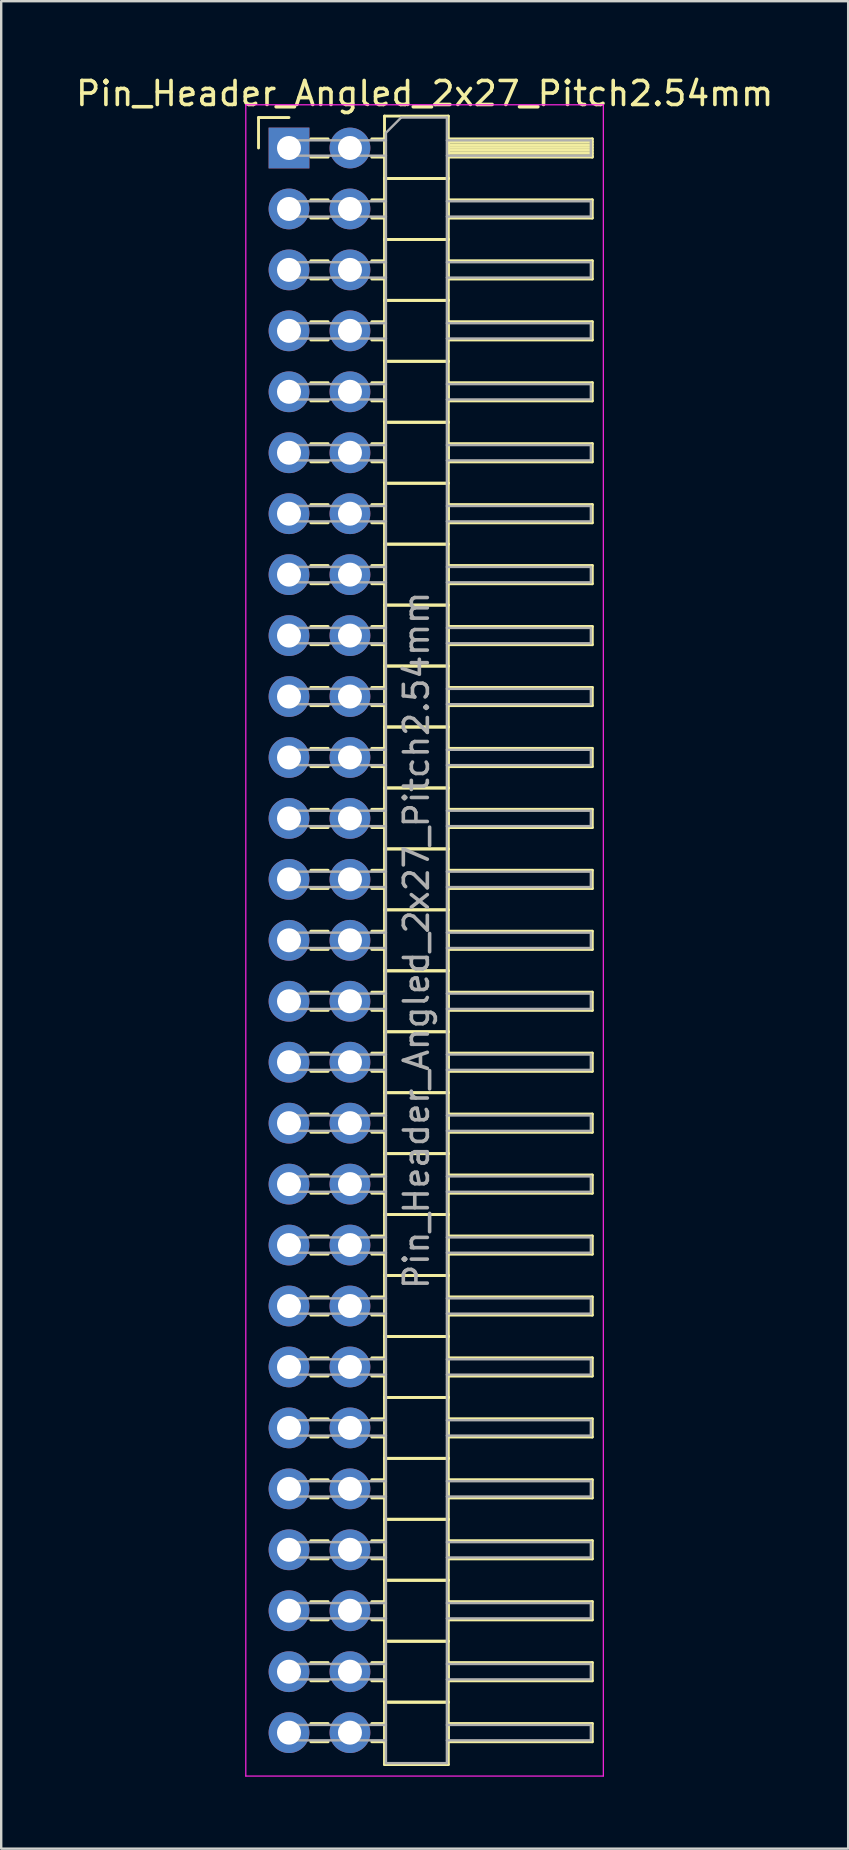
<source format=kicad_pcb>
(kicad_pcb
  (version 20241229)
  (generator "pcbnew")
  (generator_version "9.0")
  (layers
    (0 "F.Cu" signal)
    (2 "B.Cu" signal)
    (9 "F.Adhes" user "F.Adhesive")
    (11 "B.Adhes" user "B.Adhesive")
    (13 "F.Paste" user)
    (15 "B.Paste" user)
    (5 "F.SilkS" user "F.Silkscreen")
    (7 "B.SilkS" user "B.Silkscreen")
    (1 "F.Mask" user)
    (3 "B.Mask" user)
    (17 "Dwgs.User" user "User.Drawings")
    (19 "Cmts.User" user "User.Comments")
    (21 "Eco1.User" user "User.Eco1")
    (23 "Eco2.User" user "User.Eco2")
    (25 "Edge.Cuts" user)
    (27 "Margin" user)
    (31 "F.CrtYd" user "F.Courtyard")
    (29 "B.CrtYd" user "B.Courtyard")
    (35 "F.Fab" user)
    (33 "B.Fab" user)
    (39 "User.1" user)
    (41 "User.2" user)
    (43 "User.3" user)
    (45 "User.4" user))
  (footprint "Pin_Header_Angled_2x27_Pitch2.54mm"
    (layer "F.Cu")
    (at 8.994 3.118)
    (property "Reference" "Pin_Header_Angled_2x27_Pitch2.54mm" (at 5.655 -2.27 0) (layer "F.SilkS") (effects (font (size 1 1) (thickness 0.15))))
    (attr through_hole)
    (fp_line (start -1.27 -1.27) (end 0 -1.27) (stroke (width 0.12) (type solid)) (layer "F.SilkS"))
    (fp_line (start -1.27 0) (end -1.27 -1.27) (stroke (width 0.12) (type solid)) (layer "F.SilkS"))
    (fp_line (start 0.91 -0.38) (end 1.63 -0.38) (stroke (width 0.12) (type solid)) (layer "F.SilkS"))
    (fp_line (start 0.91 0.38) (end 1.63 0.38) (stroke (width 0.12) (type solid)) (layer "F.SilkS"))
    (fp_line (start 0.91 2.16) (end 1.63 2.16) (stroke (width 0.12) (type solid)) (layer "F.SilkS"))
    (fp_line (start 0.91 2.92) (end 1.63 2.92) (stroke (width 0.12) (type solid)) (layer "F.SilkS"))
    (fp_line (start 0.91 4.7) (end 1.63 4.7) (stroke (width 0.12) (type solid)) (layer "F.SilkS"))
    (fp_line (start 0.91 5.46) (end 1.63 5.46) (stroke (width 0.12) (type solid)) (layer "F.SilkS"))
    (fp_line (start 0.91 7.24) (end 1.63 7.24) (stroke (width 0.12) (type solid)) (layer "F.SilkS"))
    (fp_line (start 0.91 8) (end 1.63 8) (stroke (width 0.12) (type solid)) (layer "F.SilkS"))
    (fp_line (start 0.91 9.78) (end 1.63 9.78) (stroke (width 0.12) (type solid)) (layer "F.SilkS"))
    (fp_line (start 0.91 10.54) (end 1.63 10.54) (stroke (width 0.12) (type solid)) (layer "F.SilkS"))
    (fp_line (start 0.91 12.32) (end 1.63 12.32) (stroke (width 0.12) (type solid)) (layer "F.SilkS"))
    (fp_line (start 0.91 13.08) (end 1.63 13.08) (stroke (width 0.12) (type solid)) (layer "F.SilkS"))
    (fp_line (start 0.91 14.86) (end 1.63 14.86) (stroke (width 0.12) (type solid)) (layer "F.SilkS"))
    (fp_line (start 0.91 15.62) (end 1.63 15.62) (stroke (width 0.12) (type solid)) (layer "F.SilkS"))
    (fp_line (start 0.91 17.4) (end 1.63 17.4) (stroke (width 0.12) (type solid)) (layer "F.SilkS"))
    (fp_line (start 0.91 18.16) (end 1.63 18.16) (stroke (width 0.12) (type solid)) (layer "F.SilkS"))
    (fp_line (start 0.91 19.94) (end 1.63 19.94) (stroke (width 0.12) (type solid)) (layer "F.SilkS"))
    (fp_line (start 0.91 20.7) (end 1.63 20.7) (stroke (width 0.12) (type solid)) (layer "F.SilkS"))
    (fp_line (start 0.91 22.48) (end 1.63 22.48) (stroke (width 0.12) (type solid)) (layer "F.SilkS"))
    (fp_line (start 0.91 23.24) (end 1.63 23.24) (stroke (width 0.12) (type solid)) (layer "F.SilkS"))
    (fp_line (start 0.91 25.02) (end 1.63 25.02) (stroke (width 0.12) (type solid)) (layer "F.SilkS"))
    (fp_line (start 0.91 25.78) (end 1.63 25.78) (stroke (width 0.12) (type solid)) (layer "F.SilkS"))
    (fp_line (start 0.91 27.56) (end 1.63 27.56) (stroke (width 0.12) (type solid)) (layer "F.SilkS"))
    (fp_line (start 0.91 28.32) (end 1.63 28.32) (stroke (width 0.12) (type solid)) (layer "F.SilkS"))
    (fp_line (start 0.91 30.1) (end 1.63 30.1) (stroke (width 0.12) (type solid)) (layer "F.SilkS"))
    (fp_line (start 0.91 30.86) (end 1.63 30.86) (stroke (width 0.12) (type solid)) (layer "F.SilkS"))
    (fp_line (start 0.91 32.64) (end 1.63 32.64) (stroke (width 0.12) (type solid)) (layer "F.SilkS"))
    (fp_line (start 0.91 33.4) (end 1.63 33.4) (stroke (width 0.12) (type solid)) (layer "F.SilkS"))
    (fp_line (start 0.91 35.18) (end 1.63 35.18) (stroke (width 0.12) (type solid)) (layer "F.SilkS"))
    (fp_line (start 0.91 35.94) (end 1.63 35.94) (stroke (width 0.12) (type solid)) (layer "F.SilkS"))
    (fp_line (start 0.91 37.72) (end 1.63 37.72) (stroke (width 0.12) (type solid)) (layer "F.SilkS"))
    (fp_line (start 0.91 38.48) (end 1.63 38.48) (stroke (width 0.12) (type solid)) (layer "F.SilkS"))
    (fp_line (start 0.91 40.26) (end 1.63 40.26) (stroke (width 0.12) (type solid)) (layer "F.SilkS"))
    (fp_line (start 0.91 41.02) (end 1.63 41.02) (stroke (width 0.12) (type solid)) (layer "F.SilkS"))
    (fp_line (start 0.91 42.8) (end 1.63 42.8) (stroke (width 0.12) (type solid)) (layer "F.SilkS"))
    (fp_line (start 0.91 43.56) (end 1.63 43.56) (stroke (width 0.12) (type solid)) (layer "F.SilkS"))
    (fp_line (start 0.91 45.34) (end 1.63 45.34) (stroke (width 0.12) (type solid)) (layer "F.SilkS"))
    (fp_line (start 0.91 46.1) (end 1.63 46.1) (stroke (width 0.12) (type solid)) (layer "F.SilkS"))
    (fp_line (start 0.91 47.88) (end 1.63 47.88) (stroke (width 0.12) (type solid)) (layer "F.SilkS"))
    (fp_line (start 0.91 48.64) (end 1.63 48.64) (stroke (width 0.12) (type solid)) (layer "F.SilkS"))
    (fp_line (start 0.91 50.42) (end 1.63 50.42) (stroke (width 0.12) (type solid)) (layer "F.SilkS"))
    (fp_line (start 0.91 51.18) (end 1.63 51.18) (stroke (width 0.12) (type solid)) (layer "F.SilkS"))
    (fp_line (start 0.91 52.96) (end 1.63 52.96) (stroke (width 0.12) (type solid)) (layer "F.SilkS"))
    (fp_line (start 0.91 53.72) (end 1.63 53.72) (stroke (width 0.12) (type solid)) (layer "F.SilkS"))
    (fp_line (start 0.91 55.5) (end 1.63 55.5) (stroke (width 0.12) (type solid)) (layer "F.SilkS"))
    (fp_line (start 0.91 56.26) (end 1.63 56.26) (stroke (width 0.12) (type solid)) (layer "F.SilkS"))
    (fp_line (start 0.91 58.04) (end 1.63 58.04) (stroke (width 0.12) (type solid)) (layer "F.SilkS"))
    (fp_line (start 0.91 58.8) (end 1.63 58.8) (stroke (width 0.12) (type solid)) (layer "F.SilkS"))
    (fp_line (start 0.91 60.58) (end 1.63 60.58) (stroke (width 0.12) (type solid)) (layer "F.SilkS"))
    (fp_line (start 0.91 61.34) (end 1.63 61.34) (stroke (width 0.12) (type solid)) (layer "F.SilkS"))
    (fp_line (start 0.91 63.12) (end 1.63 63.12) (stroke (width 0.12) (type solid)) (layer "F.SilkS"))
    (fp_line (start 0.91 63.88) (end 1.63 63.88) (stroke (width 0.12) (type solid)) (layer "F.SilkS"))
    (fp_line (start 0.91 65.66) (end 1.63 65.66) (stroke (width 0.12) (type solid)) (layer "F.SilkS"))
    (fp_line (start 0.91 66.42) (end 1.63 66.42) (stroke (width 0.12) (type solid)) (layer "F.SilkS"))
    (fp_line (start 3.45 -0.38) (end 3.98 -0.38) (stroke (width 0.12) (type solid)) (layer "F.SilkS"))
    (fp_line (start 3.45 0.38) (end 3.98 0.38) (stroke (width 0.12) (type solid)) (layer "F.SilkS"))
    (fp_line (start 3.45 2.16) (end 3.98 2.16) (stroke (width 0.12) (type solid)) (layer "F.SilkS"))
    (fp_line (start 3.45 2.92) (end 3.98 2.92) (stroke (width 0.12) (type solid)) (layer "F.SilkS"))
    (fp_line (start 3.45 4.7) (end 3.98 4.7) (stroke (width 0.12) (type solid)) (layer "F.SilkS"))
    (fp_line (start 3.45 5.46) (end 3.98 5.46) (stroke (width 0.12) (type solid)) (layer "F.SilkS"))
    (fp_line (start 3.45 7.24) (end 3.98 7.24) (stroke (width 0.12) (type solid)) (layer "F.SilkS"))
    (fp_line (start 3.45 8) (end 3.98 8) (stroke (width 0.12) (type solid)) (layer "F.SilkS"))
    (fp_line (start 3.45 9.78) (end 3.98 9.78) (stroke (width 0.12) (type solid)) (layer "F.SilkS"))
    (fp_line (start 3.45 10.54) (end 3.98 10.54) (stroke (width 0.12) (type solid)) (layer "F.SilkS"))
    (fp_line (start 3.45 12.32) (end 3.98 12.32) (stroke (width 0.12) (type solid)) (layer "F.SilkS"))
    (fp_line (start 3.45 13.08) (end 3.98 13.08) (stroke (width 0.12) (type solid)) (layer "F.SilkS"))
    (fp_line (start 3.45 14.86) (end 3.98 14.86) (stroke (width 0.12) (type solid)) (layer "F.SilkS"))
    (fp_line (start 3.45 15.62) (end 3.98 15.62) (stroke (width 0.12) (type solid)) (layer "F.SilkS"))
    (fp_line (start 3.45 17.4) (end 3.98 17.4) (stroke (width 0.12) (type solid)) (layer "F.SilkS"))
    (fp_line (start 3.45 18.16) (end 3.98 18.16) (stroke (width 0.12) (type solid)) (layer "F.SilkS"))
    (fp_line (start 3.45 19.94) (end 3.98 19.94) (stroke (width 0.12) (type solid)) (layer "F.SilkS"))
    (fp_line (start 3.45 20.7) (end 3.98 20.7) (stroke (width 0.12) (type solid)) (layer "F.SilkS"))
    (fp_line (start 3.45 22.48) (end 3.98 22.48) (stroke (width 0.12) (type solid)) (layer "F.SilkS"))
    (fp_line (start 3.45 23.24) (end 3.98 23.24) (stroke (width 0.12) (type solid)) (layer "F.SilkS"))
    (fp_line (start 3.45 25.02) (end 3.98 25.02) (stroke (width 0.12) (type solid)) (layer "F.SilkS"))
    (fp_line (start 3.45 25.78) (end 3.98 25.78) (stroke (width 0.12) (type solid)) (layer "F.SilkS"))
    (fp_line (start 3.45 27.56) (end 3.98 27.56) (stroke (width 0.12) (type solid)) (layer "F.SilkS"))
    (fp_line (start 3.45 28.32) (end 3.98 28.32) (stroke (width 0.12) (type solid)) (layer "F.SilkS"))
    (fp_line (start 3.45 30.1) (end 3.98 30.1) (stroke (width 0.12) (type solid)) (layer "F.SilkS"))
    (fp_line (start 3.45 30.86) (end 3.98 30.86) (stroke (width 0.12) (type solid)) (layer "F.SilkS"))
    (fp_line (start 3.45 32.64) (end 3.98 32.64) (stroke (width 0.12) (type solid)) (layer "F.SilkS"))
    (fp_line (start 3.45 33.4) (end 3.98 33.4) (stroke (width 0.12) (type solid)) (layer "F.SilkS"))
    (fp_line (start 3.45 35.18) (end 3.98 35.18) (stroke (width 0.12) (type solid)) (layer "F.SilkS"))
    (fp_line (start 3.45 35.94) (end 3.98 35.94) (stroke (width 0.12) (type solid)) (layer "F.SilkS"))
    (fp_line (start 3.45 37.72) (end 3.98 37.72) (stroke (width 0.12) (type solid)) (layer "F.SilkS"))
    (fp_line (start 3.45 38.48) (end 3.98 38.48) (stroke (width 0.12) (type solid)) (layer "F.SilkS"))
    (fp_line (start 3.45 40.26) (end 3.98 40.26) (stroke (width 0.12) (type solid)) (layer "F.SilkS"))
    (fp_line (start 3.45 41.02) (end 3.98 41.02) (stroke (width 0.12) (type solid)) (layer "F.SilkS"))
    (fp_line (start 3.45 42.8) (end 3.98 42.8) (stroke (width 0.12) (type solid)) (layer "F.SilkS"))
    (fp_line (start 3.45 43.56) (end 3.98 43.56) (stroke (width 0.12) (type solid)) (layer "F.SilkS"))
    (fp_line (start 3.45 45.34) (end 3.98 45.34) (stroke (width 0.12) (type solid)) (layer "F.SilkS"))
    (fp_line (start 3.45 46.1) (end 3.98 46.1) (stroke (width 0.12) (type solid)) (layer "F.SilkS"))
    (fp_line (start 3.45 47.88) (end 3.98 47.88) (stroke (width 0.12) (type solid)) (layer "F.SilkS"))
    (fp_line (start 3.45 48.64) (end 3.98 48.64) (stroke (width 0.12) (type solid)) (layer "F.SilkS"))
    (fp_line (start 3.45 50.42) (end 3.98 50.42) (stroke (width 0.12) (type solid)) (layer "F.SilkS"))
    (fp_line (start 3.45 51.18) (end 3.98 51.18) (stroke (width 0.12) (type solid)) (layer "F.SilkS"))
    (fp_line (start 3.45 52.96) (end 3.98 52.96) (stroke (width 0.12) (type solid)) (layer "F.SilkS"))
    (fp_line (start 3.45 53.72) (end 3.98 53.72) (stroke (width 0.12) (type solid)) (layer "F.SilkS"))
    (fp_line (start 3.45 55.5) (end 3.98 55.5) (stroke (width 0.12) (type solid)) (layer "F.SilkS"))
    (fp_line (start 3.45 56.26) (end 3.98 56.26) (stroke (width 0.12) (type solid)) (layer "F.SilkS"))
    (fp_line (start 3.45 58.04) (end 3.98 58.04) (stroke (width 0.12) (type solid)) (layer "F.SilkS"))
    (fp_line (start 3.45 58.8) (end 3.98 58.8) (stroke (width 0.12) (type solid)) (layer "F.SilkS"))
    (fp_line (start 3.45 60.58) (end 3.98 60.58) (stroke (width 0.12) (type solid)) (layer "F.SilkS"))
    (fp_line (start 3.45 61.34) (end 3.98 61.34) (stroke (width 0.12) (type solid)) (layer "F.SilkS"))
    (fp_line (start 3.45 63.12) (end 3.98 63.12) (stroke (width 0.12) (type solid)) (layer "F.SilkS"))
    (fp_line (start 3.45 63.88) (end 3.98 63.88) (stroke (width 0.12) (type solid)) (layer "F.SilkS"))
    (fp_line (start 3.45 65.66) (end 3.98 65.66) (stroke (width 0.12) (type solid)) (layer "F.SilkS"))
    (fp_line (start 3.45 66.42) (end 3.98 66.42) (stroke (width 0.12) (type solid)) (layer "F.SilkS"))
    (fp_line (start 3.98 -1.33) (end 3.98 1.27) (stroke (width 0.12) (type solid)) (layer "F.SilkS"))
    (fp_line (start 3.98 1.27) (end 3.98 3.81) (stroke (width 0.12) (type solid)) (layer "F.SilkS"))
    (fp_line (start 3.98 1.27) (end 6.64 1.27) (stroke (width 0.12) (type solid)) (layer "F.SilkS"))
    (fp_line (start 3.98 3.81) (end 3.98 6.35) (stroke (width 0.12) (type solid)) (layer "F.SilkS"))
    (fp_line (start 3.98 3.81) (end 6.64 3.81) (stroke (width 0.12) (type solid)) (layer "F.SilkS"))
    (fp_line (start 3.98 6.35) (end 3.98 8.89) (stroke (width 0.12) (type solid)) (layer "F.SilkS"))
    (fp_line (start 3.98 6.35) (end 6.64 6.35) (stroke (width 0.12) (type solid)) (layer "F.SilkS"))
    (fp_line (start 3.98 8.89) (end 3.98 11.43) (stroke (width 0.12) (type solid)) (layer "F.SilkS"))
    (fp_line (start 3.98 8.89) (end 6.64 8.89) (stroke (width 0.12) (type solid)) (layer "F.SilkS"))
    (fp_line (start 3.98 11.43) (end 3.98 13.97) (stroke (width 0.12) (type solid)) (layer "F.SilkS"))
    (fp_line (start 3.98 11.43) (end 6.64 11.43) (stroke (width 0.12) (type solid)) (layer "F.SilkS"))
    (fp_line (start 3.98 13.97) (end 3.98 16.51) (stroke (width 0.12) (type solid)) (layer "F.SilkS"))
    (fp_line (start 3.98 13.97) (end 6.64 13.97) (stroke (width 0.12) (type solid)) (layer "F.SilkS"))
    (fp_line (start 3.98 16.51) (end 3.98 19.05) (stroke (width 0.12) (type solid)) (layer "F.SilkS"))
    (fp_line (start 3.98 16.51) (end 6.64 16.51) (stroke (width 0.12) (type solid)) (layer "F.SilkS"))
    (fp_line (start 3.98 19.05) (end 3.98 21.59) (stroke (width 0.12) (type solid)) (layer "F.SilkS"))
    (fp_line (start 3.98 19.05) (end 6.64 19.05) (stroke (width 0.12) (type solid)) (layer "F.SilkS"))
    (fp_line (start 3.98 21.59) (end 3.98 24.13) (stroke (width 0.12) (type solid)) (layer "F.SilkS"))
    (fp_line (start 3.98 21.59) (end 6.64 21.59) (stroke (width 0.12) (type solid)) (layer "F.SilkS"))
    (fp_line (start 3.98 24.13) (end 3.98 26.67) (stroke (width 0.12) (type solid)) (layer "F.SilkS"))
    (fp_line (start 3.98 24.13) (end 6.64 24.13) (stroke (width 0.12) (type solid)) (layer "F.SilkS"))
    (fp_line (start 3.98 26.67) (end 3.98 29.21) (stroke (width 0.12) (type solid)) (layer "F.SilkS"))
    (fp_line (start 3.98 26.67) (end 6.64 26.67) (stroke (width 0.12) (type solid)) (layer "F.SilkS"))
    (fp_line (start 3.98 29.21) (end 3.98 31.75) (stroke (width 0.12) (type solid)) (layer "F.SilkS"))
    (fp_line (start 3.98 29.21) (end 6.64 29.21) (stroke (width 0.12) (type solid)) (layer "F.SilkS"))
    (fp_line (start 3.98 31.75) (end 3.98 34.29) (stroke (width 0.12) (type solid)) (layer "F.SilkS"))
    (fp_line (start 3.98 31.75) (end 6.64 31.75) (stroke (width 0.12) (type solid)) (layer "F.SilkS"))
    (fp_line (start 3.98 34.29) (end 3.98 36.83) (stroke (width 0.12) (type solid)) (layer "F.SilkS"))
    (fp_line (start 3.98 34.29) (end 6.64 34.29) (stroke (width 0.12) (type solid)) (layer "F.SilkS"))
    (fp_line (start 3.98 36.83) (end 3.98 39.37) (stroke (width 0.12) (type solid)) (layer "F.SilkS"))
    (fp_line (start 3.98 36.83) (end 6.64 36.83) (stroke (width 0.12) (type solid)) (layer "F.SilkS"))
    (fp_line (start 3.98 39.37) (end 3.98 41.91) (stroke (width 0.12) (type solid)) (layer "F.SilkS"))
    (fp_line (start 3.98 39.37) (end 6.64 39.37) (stroke (width 0.12) (type solid)) (layer "F.SilkS"))
    (fp_line (start 3.98 41.91) (end 3.98 44.45) (stroke (width 0.12) (type solid)) (layer "F.SilkS"))
    (fp_line (start 3.98 41.91) (end 6.64 41.91) (stroke (width 0.12) (type solid)) (layer "F.SilkS"))
    (fp_line (start 3.98 44.45) (end 3.98 46.99) (stroke (width 0.12) (type solid)) (layer "F.SilkS"))
    (fp_line (start 3.98 44.45) (end 6.64 44.45) (stroke (width 0.12) (type solid)) (layer "F.SilkS"))
    (fp_line (start 3.98 46.99) (end 3.98 49.53) (stroke (width 0.12) (type solid)) (layer "F.SilkS"))
    (fp_line (start 3.98 46.99) (end 6.64 46.99) (stroke (width 0.12) (type solid)) (layer "F.SilkS"))
    (fp_line (start 3.98 49.53) (end 3.98 52.07) (stroke (width 0.12) (type solid)) (layer "F.SilkS"))
    (fp_line (start 3.98 49.53) (end 6.64 49.53) (stroke (width 0.12) (type solid)) (layer "F.SilkS"))
    (fp_line (start 3.98 52.07) (end 3.98 54.61) (stroke (width 0.12) (type solid)) (layer "F.SilkS"))
    (fp_line (start 3.98 52.07) (end 6.64 52.07) (stroke (width 0.12) (type solid)) (layer "F.SilkS"))
    (fp_line (start 3.98 54.61) (end 3.98 57.15) (stroke (width 0.12) (type solid)) (layer "F.SilkS"))
    (fp_line (start 3.98 54.61) (end 6.64 54.61) (stroke (width 0.12) (type solid)) (layer "F.SilkS"))
    (fp_line (start 3.98 57.15) (end 3.98 59.69) (stroke (width 0.12) (type solid)) (layer "F.SilkS"))
    (fp_line (start 3.98 57.15) (end 6.64 57.15) (stroke (width 0.12) (type solid)) (layer "F.SilkS"))
    (fp_line (start 3.98 59.69) (end 3.98 62.23) (stroke (width 0.12) (type solid)) (layer "F.SilkS"))
    (fp_line (start 3.98 59.69) (end 6.64 59.69) (stroke (width 0.12) (type solid)) (layer "F.SilkS"))
    (fp_line (start 3.98 62.23) (end 3.98 64.77) (stroke (width 0.12) (type solid)) (layer "F.SilkS"))
    (fp_line (start 3.98 62.23) (end 6.64 62.23) (stroke (width 0.12) (type solid)) (layer "F.SilkS"))
    (fp_line (start 3.98 64.77) (end 3.98 67.37) (stroke (width 0.12) (type solid)) (layer "F.SilkS"))
    (fp_line (start 3.98 64.77) (end 6.64 64.77) (stroke (width 0.12) (type solid)) (layer "F.SilkS"))
    (fp_line (start 3.98 67.37) (end 6.64 67.37) (stroke (width 0.12) (type solid)) (layer "F.SilkS"))
    (fp_line (start 6.64 -1.33) (end 3.98 -1.33) (stroke (width 0.12) (type solid)) (layer "F.SilkS"))
    (fp_line (start 6.64 -0.38) (end 6.64 0.38) (stroke (width 0.12) (type solid)) (layer "F.SilkS"))
    (fp_line (start 6.64 -0.26) (end 12.64 -0.26) (stroke (width 0.12) (type solid)) (layer "F.SilkS"))
    (fp_line (start 6.64 -0.14) (end 12.64 -0.14) (stroke (width 0.12) (type solid)) (layer "F.SilkS"))
    (fp_line (start 6.64 -0.02) (end 12.64 -0.02) (stroke (width 0.12) (type solid)) (layer "F.SilkS"))
    (fp_line (start 6.64 0.1) (end 12.64 0.1) (stroke (width 0.12) (type solid)) (layer "F.SilkS"))
    (fp_line (start 6.64 0.22) (end 12.64 0.22) (stroke (width 0.12) (type solid)) (layer "F.SilkS"))
    (fp_line (start 6.64 0.34) (end 12.64 0.34) (stroke (width 0.12) (type solid)) (layer "F.SilkS"))
    (fp_line (start 6.64 0.38) (end 12.64 0.38) (stroke (width 0.12) (type solid)) (layer "F.SilkS"))
    (fp_line (start 6.64 1.27) (end 3.98 1.27) (stroke (width 0.12) (type solid)) (layer "F.SilkS"))
    (fp_line (start 6.64 1.27) (end 6.64 -1.33) (stroke (width 0.12) (type solid)) (layer "F.SilkS"))
    (fp_line (start 6.64 2.16) (end 6.64 2.92) (stroke (width 0.12) (type solid)) (layer "F.SilkS"))
    (fp_line (start 6.64 2.92) (end 12.64 2.92) (stroke (width 0.12) (type solid)) (layer "F.SilkS"))
    (fp_line (start 6.64 3.81) (end 3.98 3.81) (stroke (width 0.12) (type solid)) (layer "F.SilkS"))
    (fp_line (start 6.64 3.81) (end 6.64 1.27) (stroke (width 0.12) (type solid)) (layer "F.SilkS"))
    (fp_line (start 6.64 4.7) (end 6.64 5.46) (stroke (width 0.12) (type solid)) (layer "F.SilkS"))
    (fp_line (start 6.64 5.46) (end 12.64 5.46) (stroke (width 0.12) (type solid)) (layer "F.SilkS"))
    (fp_line (start 6.64 6.35) (end 3.98 6.35) (stroke (width 0.12) (type solid)) (layer "F.SilkS"))
    (fp_line (start 6.64 6.35) (end 6.64 3.81) (stroke (width 0.12) (type solid)) (layer "F.SilkS"))
    (fp_line (start 6.64 7.24) (end 6.64 8) (stroke (width 0.12) (type solid)) (layer "F.SilkS"))
    (fp_line (start 6.64 8) (end 12.64 8) (stroke (width 0.12) (type solid)) (layer "F.SilkS"))
    (fp_line (start 6.64 8.89) (end 3.98 8.89) (stroke (width 0.12) (type solid)) (layer "F.SilkS"))
    (fp_line (start 6.64 8.89) (end 6.64 6.35) (stroke (width 0.12) (type solid)) (layer "F.SilkS"))
    (fp_line (start 6.64 9.78) (end 6.64 10.54) (stroke (width 0.12) (type solid)) (layer "F.SilkS"))
    (fp_line (start 6.64 10.54) (end 12.64 10.54) (stroke (width 0.12) (type solid)) (layer "F.SilkS"))
    (fp_line (start 6.64 11.43) (end 3.98 11.43) (stroke (width 0.12) (type solid)) (layer "F.SilkS"))
    (fp_line (start 6.64 11.43) (end 6.64 8.89) (stroke (width 0.12) (type solid)) (layer "F.SilkS"))
    (fp_line (start 6.64 12.32) (end 6.64 13.08) (stroke (width 0.12) (type solid)) (layer "F.SilkS"))
    (fp_line (start 6.64 13.08) (end 12.64 13.08) (stroke (width 0.12) (type solid)) (layer "F.SilkS"))
    (fp_line (start 6.64 13.97) (end 3.98 13.97) (stroke (width 0.12) (type solid)) (layer "F.SilkS"))
    (fp_line (start 6.64 13.97) (end 6.64 11.43) (stroke (width 0.12) (type solid)) (layer "F.SilkS"))
    (fp_line (start 6.64 14.86) (end 6.64 15.62) (stroke (width 0.12) (type solid)) (layer "F.SilkS"))
    (fp_line (start 6.64 15.62) (end 12.64 15.62) (stroke (width 0.12) (type solid)) (layer "F.SilkS"))
    (fp_line (start 6.64 16.51) (end 3.98 16.51) (stroke (width 0.12) (type solid)) (layer "F.SilkS"))
    (fp_line (start 6.64 16.51) (end 6.64 13.97) (stroke (width 0.12) (type solid)) (layer "F.SilkS"))
    (fp_line (start 6.64 17.4) (end 6.64 18.16) (stroke (width 0.12) (type solid)) (layer "F.SilkS"))
    (fp_line (start 6.64 18.16) (end 12.64 18.16) (stroke (width 0.12) (type solid)) (layer "F.SilkS"))
    (fp_line (start 6.64 19.05) (end 3.98 19.05) (stroke (width 0.12) (type solid)) (layer "F.SilkS"))
    (fp_line (start 6.64 19.05) (end 6.64 16.51) (stroke (width 0.12) (type solid)) (layer "F.SilkS"))
    (fp_line (start 6.64 19.94) (end 6.64 20.7) (stroke (width 0.12) (type solid)) (layer "F.SilkS"))
    (fp_line (start 6.64 20.7) (end 12.64 20.7) (stroke (width 0.12) (type solid)) (layer "F.SilkS"))
    (fp_line (start 6.64 21.59) (end 3.98 21.59) (stroke (width 0.12) (type solid)) (layer "F.SilkS"))
    (fp_line (start 6.64 21.59) (end 6.64 19.05) (stroke (width 0.12) (type solid)) (layer "F.SilkS"))
    (fp_line (start 6.64 22.48) (end 6.64 23.24) (stroke (width 0.12) (type solid)) (layer "F.SilkS"))
    (fp_line (start 6.64 23.24) (end 12.64 23.24) (stroke (width 0.12) (type solid)) (layer "F.SilkS"))
    (fp_line (start 6.64 24.13) (end 3.98 24.13) (stroke (width 0.12) (type solid)) (layer "F.SilkS"))
    (fp_line (start 6.64 24.13) (end 6.64 21.59) (stroke (width 0.12) (type solid)) (layer "F.SilkS"))
    (fp_line (start 6.64 25.02) (end 6.64 25.78) (stroke (width 0.12) (type solid)) (layer "F.SilkS"))
    (fp_line (start 6.64 25.78) (end 12.64 25.78) (stroke (width 0.12) (type solid)) (layer "F.SilkS"))
    (fp_line (start 6.64 26.67) (end 3.98 26.67) (stroke (width 0.12) (type solid)) (layer "F.SilkS"))
    (fp_line (start 6.64 26.67) (end 6.64 24.13) (stroke (width 0.12) (type solid)) (layer "F.SilkS"))
    (fp_line (start 6.64 27.56) (end 6.64 28.32) (stroke (width 0.12) (type solid)) (layer "F.SilkS"))
    (fp_line (start 6.64 28.32) (end 12.64 28.32) (stroke (width 0.12) (type solid)) (layer "F.SilkS"))
    (fp_line (start 6.64 29.21) (end 3.98 29.21) (stroke (width 0.12) (type solid)) (layer "F.SilkS"))
    (fp_line (start 6.64 29.21) (end 6.64 26.67) (stroke (width 0.12) (type solid)) (layer "F.SilkS"))
    (fp_line (start 6.64 30.1) (end 6.64 30.86) (stroke (width 0.12) (type solid)) (layer "F.SilkS"))
    (fp_line (start 6.64 30.86) (end 12.64 30.86) (stroke (width 0.12) (type solid)) (layer "F.SilkS"))
    (fp_line (start 6.64 31.75) (end 3.98 31.75) (stroke (width 0.12) (type solid)) (layer "F.SilkS"))
    (fp_line (start 6.64 31.75) (end 6.64 29.21) (stroke (width 0.12) (type solid)) (layer "F.SilkS"))
    (fp_line (start 6.64 32.64) (end 6.64 33.4) (stroke (width 0.12) (type solid)) (layer "F.SilkS"))
    (fp_line (start 6.64 33.4) (end 12.64 33.4) (stroke (width 0.12) (type solid)) (layer "F.SilkS"))
    (fp_line (start 6.64 34.29) (end 3.98 34.29) (stroke (width 0.12) (type solid)) (layer "F.SilkS"))
    (fp_line (start 6.64 34.29) (end 6.64 31.75) (stroke (width 0.12) (type solid)) (layer "F.SilkS"))
    (fp_line (start 6.64 35.18) (end 6.64 35.94) (stroke (width 0.12) (type solid)) (layer "F.SilkS"))
    (fp_line (start 6.64 35.94) (end 12.64 35.94) (stroke (width 0.12) (type solid)) (layer "F.SilkS"))
    (fp_line (start 6.64 36.83) (end 3.98 36.83) (stroke (width 0.12) (type solid)) (layer "F.SilkS"))
    (fp_line (start 6.64 36.83) (end 6.64 34.29) (stroke (width 0.12) (type solid)) (layer "F.SilkS"))
    (fp_line (start 6.64 37.72) (end 6.64 38.48) (stroke (width 0.12) (type solid)) (layer "F.SilkS"))
    (fp_line (start 6.64 38.48) (end 12.64 38.48) (stroke (width 0.12) (type solid)) (layer "F.SilkS"))
    (fp_line (start 6.64 39.37) (end 3.98 39.37) (stroke (width 0.12) (type solid)) (layer "F.SilkS"))
    (fp_line (start 6.64 39.37) (end 6.64 36.83) (stroke (width 0.12) (type solid)) (layer "F.SilkS"))
    (fp_line (start 6.64 40.26) (end 6.64 41.02) (stroke (width 0.12) (type solid)) (layer "F.SilkS"))
    (fp_line (start 6.64 41.02) (end 12.64 41.02) (stroke (width 0.12) (type solid)) (layer "F.SilkS"))
    (fp_line (start 6.64 41.91) (end 3.98 41.91) (stroke (width 0.12) (type solid)) (layer "F.SilkS"))
    (fp_line (start 6.64 41.91) (end 6.64 39.37) (stroke (width 0.12) (type solid)) (layer "F.SilkS"))
    (fp_line (start 6.64 42.8) (end 6.64 43.56) (stroke (width 0.12) (type solid)) (layer "F.SilkS"))
    (fp_line (start 6.64 43.56) (end 12.64 43.56) (stroke (width 0.12) (type solid)) (layer "F.SilkS"))
    (fp_line (start 6.64 44.45) (end 3.98 44.45) (stroke (width 0.12) (type solid)) (layer "F.SilkS"))
    (fp_line (start 6.64 44.45) (end 6.64 41.91) (stroke (width 0.12) (type solid)) (layer "F.SilkS"))
    (fp_line (start 6.64 45.34) (end 6.64 46.1) (stroke (width 0.12) (type solid)) (layer "F.SilkS"))
    (fp_line (start 6.64 46.1) (end 12.64 46.1) (stroke (width 0.12) (type solid)) (layer "F.SilkS"))
    (fp_line (start 6.64 46.99) (end 3.98 46.99) (stroke (width 0.12) (type solid)) (layer "F.SilkS"))
    (fp_line (start 6.64 46.99) (end 6.64 44.45) (stroke (width 0.12) (type solid)) (layer "F.SilkS"))
    (fp_line (start 6.64 47.88) (end 6.64 48.64) (stroke (width 0.12) (type solid)) (layer "F.SilkS"))
    (fp_line (start 6.64 48.64) (end 12.64 48.64) (stroke (width 0.12) (type solid)) (layer "F.SilkS"))
    (fp_line (start 6.64 49.53) (end 3.98 49.53) (stroke (width 0.12) (type solid)) (layer "F.SilkS"))
    (fp_line (start 6.64 49.53) (end 6.64 46.99) (stroke (width 0.12) (type solid)) (layer "F.SilkS"))
    (fp_line (start 6.64 50.42) (end 6.64 51.18) (stroke (width 0.12) (type solid)) (layer "F.SilkS"))
    (fp_line (start 6.64 51.18) (end 12.64 51.18) (stroke (width 0.12) (type solid)) (layer "F.SilkS"))
    (fp_line (start 6.64 52.07) (end 3.98 52.07) (stroke (width 0.12) (type solid)) (layer "F.SilkS"))
    (fp_line (start 6.64 52.07) (end 6.64 49.53) (stroke (width 0.12) (type solid)) (layer "F.SilkS"))
    (fp_line (start 6.64 52.96) (end 6.64 53.72) (stroke (width 0.12) (type solid)) (layer "F.SilkS"))
    (fp_line (start 6.64 53.72) (end 12.64 53.72) (stroke (width 0.12) (type solid)) (layer "F.SilkS"))
    (fp_line (start 6.64 54.61) (end 3.98 54.61) (stroke (width 0.12) (type solid)) (layer "F.SilkS"))
    (fp_line (start 6.64 54.61) (end 6.64 52.07) (stroke (width 0.12) (type solid)) (layer "F.SilkS"))
    (fp_line (start 6.64 55.5) (end 6.64 56.26) (stroke (width 0.12) (type solid)) (layer "F.SilkS"))
    (fp_line (start 6.64 56.26) (end 12.64 56.26) (stroke (width 0.12) (type solid)) (layer "F.SilkS"))
    (fp_line (start 6.64 57.15) (end 3.98 57.15) (stroke (width 0.12) (type solid)) (layer "F.SilkS"))
    (fp_line (start 6.64 57.15) (end 6.64 54.61) (stroke (width 0.12) (type solid)) (layer "F.SilkS"))
    (fp_line (start 6.64 58.04) (end 6.64 58.8) (stroke (width 0.12) (type solid)) (layer "F.SilkS"))
    (fp_line (start 6.64 58.8) (end 12.64 58.8) (stroke (width 0.12) (type solid)) (layer "F.SilkS"))
    (fp_line (start 6.64 59.69) (end 3.98 59.69) (stroke (width 0.12) (type solid)) (layer "F.SilkS"))
    (fp_line (start 6.64 59.69) (end 6.64 57.15) (stroke (width 0.12) (type solid)) (layer "F.SilkS"))
    (fp_line (start 6.64 60.58) (end 6.64 61.34) (stroke (width 0.12) (type solid)) (layer "F.SilkS"))
    (fp_line (start 6.64 61.34) (end 12.64 61.34) (stroke (width 0.12) (type solid)) (layer "F.SilkS"))
    (fp_line (start 6.64 62.23) (end 3.98 62.23) (stroke (width 0.12) (type solid)) (layer "F.SilkS"))
    (fp_line (start 6.64 62.23) (end 6.64 59.69) (stroke (width 0.12) (type solid)) (layer "F.SilkS"))
    (fp_line (start 6.64 63.12) (end 6.64 63.88) (stroke (width 0.12) (type solid)) (layer "F.SilkS"))
    (fp_line (start 6.64 63.88) (end 12.64 63.88) (stroke (width 0.12) (type solid)) (layer "F.SilkS"))
    (fp_line (start 6.64 64.77) (end 3.98 64.77) (stroke (width 0.12) (type solid)) (layer "F.SilkS"))
    (fp_line (start 6.64 64.77) (end 6.64 62.23) (stroke (width 0.12) (type solid)) (layer "F.SilkS"))
    (fp_line (start 6.64 65.66) (end 6.64 66.42) (stroke (width 0.12) (type solid)) (layer "F.SilkS"))
    (fp_line (start 6.64 66.42) (end 12.64 66.42) (stroke (width 0.12) (type solid)) (layer "F.SilkS"))
    (fp_line (start 6.64 67.37) (end 6.64 64.77) (stroke (width 0.12) (type solid)) (layer "F.SilkS"))
    (fp_line (start 12.64 -0.38) (end 6.64 -0.38) (stroke (width 0.12) (type solid)) (layer "F.SilkS"))
    (fp_line (start 12.64 0.38) (end 12.64 -0.38) (stroke (width 0.12) (type solid)) (layer "F.SilkS"))
    (fp_line (start 12.64 2.16) (end 6.64 2.16) (stroke (width 0.12) (type solid)) (layer "F.SilkS"))
    (fp_line (start 12.64 2.92) (end 12.64 2.16) (stroke (width 0.12) (type solid)) (layer "F.SilkS"))
    (fp_line (start 12.64 4.7) (end 6.64 4.7) (stroke (width 0.12) (type solid)) (layer "F.SilkS"))
    (fp_line (start 12.64 5.46) (end 12.64 4.7) (stroke (width 0.12) (type solid)) (layer "F.SilkS"))
    (fp_line (start 12.64 7.24) (end 6.64 7.24) (stroke (width 0.12) (type solid)) (layer "F.SilkS"))
    (fp_line (start 12.64 8) (end 12.64 7.24) (stroke (width 0.12) (type solid)) (layer "F.SilkS"))
    (fp_line (start 12.64 9.78) (end 6.64 9.78) (stroke (width 0.12) (type solid)) (layer "F.SilkS"))
    (fp_line (start 12.64 10.54) (end 12.64 9.78) (stroke (width 0.12) (type solid)) (layer "F.SilkS"))
    (fp_line (start 12.64 12.32) (end 6.64 12.32) (stroke (width 0.12) (type solid)) (layer "F.SilkS"))
    (fp_line (start 12.64 13.08) (end 12.64 12.32) (stroke (width 0.12) (type solid)) (layer "F.SilkS"))
    (fp_line (start 12.64 14.86) (end 6.64 14.86) (stroke (width 0.12) (type solid)) (layer "F.SilkS"))
    (fp_line (start 12.64 15.62) (end 12.64 14.86) (stroke (width 0.12) (type solid)) (layer "F.SilkS"))
    (fp_line (start 12.64 17.4) (end 6.64 17.4) (stroke (width 0.12) (type solid)) (layer "F.SilkS"))
    (fp_line (start 12.64 18.16) (end 12.64 17.4) (stroke (width 0.12) (type solid)) (layer "F.SilkS"))
    (fp_line (start 12.64 19.94) (end 6.64 19.94) (stroke (width 0.12) (type solid)) (layer "F.SilkS"))
    (fp_line (start 12.64 20.7) (end 12.64 19.94) (stroke (width 0.12) (type solid)) (layer "F.SilkS"))
    (fp_line (start 12.64 22.48) (end 6.64 22.48) (stroke (width 0.12) (type solid)) (layer "F.SilkS"))
    (fp_line (start 12.64 23.24) (end 12.64 22.48) (stroke (width 0.12) (type solid)) (layer "F.SilkS"))
    (fp_line (start 12.64 25.02) (end 6.64 25.02) (stroke (width 0.12) (type solid)) (layer "F.SilkS"))
    (fp_line (start 12.64 25.78) (end 12.64 25.02) (stroke (width 0.12) (type solid)) (layer "F.SilkS"))
    (fp_line (start 12.64 27.56) (end 6.64 27.56) (stroke (width 0.12) (type solid)) (layer "F.SilkS"))
    (fp_line (start 12.64 28.32) (end 12.64 27.56) (stroke (width 0.12) (type solid)) (layer "F.SilkS"))
    (fp_line (start 12.64 30.1) (end 6.64 30.1) (stroke (width 0.12) (type solid)) (layer "F.SilkS"))
    (fp_line (start 12.64 30.86) (end 12.64 30.1) (stroke (width 0.12) (type solid)) (layer "F.SilkS"))
    (fp_line (start 12.64 32.64) (end 6.64 32.64) (stroke (width 0.12) (type solid)) (layer "F.SilkS"))
    (fp_line (start 12.64 33.4) (end 12.64 32.64) (stroke (width 0.12) (type solid)) (layer "F.SilkS"))
    (fp_line (start 12.64 35.18) (end 6.64 35.18) (stroke (width 0.12) (type solid)) (layer "F.SilkS"))
    (fp_line (start 12.64 35.94) (end 12.64 35.18) (stroke (width 0.12) (type solid)) (layer "F.SilkS"))
    (fp_line (start 12.64 37.72) (end 6.64 37.72) (stroke (width 0.12) (type solid)) (layer "F.SilkS"))
    (fp_line (start 12.64 38.48) (end 12.64 37.72) (stroke (width 0.12) (type solid)) (layer "F.SilkS"))
    (fp_line (start 12.64 40.26) (end 6.64 40.26) (stroke (width 0.12) (type solid)) (layer "F.SilkS"))
    (fp_line (start 12.64 41.02) (end 12.64 40.26) (stroke (width 0.12) (type solid)) (layer "F.SilkS"))
    (fp_line (start 12.64 42.8) (end 6.64 42.8) (stroke (width 0.12) (type solid)) (layer "F.SilkS"))
    (fp_line (start 12.64 43.56) (end 12.64 42.8) (stroke (width 0.12) (type solid)) (layer "F.SilkS"))
    (fp_line (start 12.64 45.34) (end 6.64 45.34) (stroke (width 0.12) (type solid)) (layer "F.SilkS"))
    (fp_line (start 12.64 46.1) (end 12.64 45.34) (stroke (width 0.12) (type solid)) (layer "F.SilkS"))
    (fp_line (start 12.64 47.88) (end 6.64 47.88) (stroke (width 0.12) (type solid)) (layer "F.SilkS"))
    (fp_line (start 12.64 48.64) (end 12.64 47.88) (stroke (width 0.12) (type solid)) (layer "F.SilkS"))
    (fp_line (start 12.64 50.42) (end 6.64 50.42) (stroke (width 0.12) (type solid)) (layer "F.SilkS"))
    (fp_line (start 12.64 51.18) (end 12.64 50.42) (stroke (width 0.12) (type solid)) (layer "F.SilkS"))
    (fp_line (start 12.64 52.96) (end 6.64 52.96) (stroke (width 0.12) (type solid)) (layer "F.SilkS"))
    (fp_line (start 12.64 53.72) (end 12.64 52.96) (stroke (width 0.12) (type solid)) (layer "F.SilkS"))
    (fp_line (start 12.64 55.5) (end 6.64 55.5) (stroke (width 0.12) (type solid)) (layer "F.SilkS"))
    (fp_line (start 12.64 56.26) (end 12.64 55.5) (stroke (width 0.12) (type solid)) (layer "F.SilkS"))
    (fp_line (start 12.64 58.04) (end 6.64 58.04) (stroke (width 0.12) (type solid)) (layer "F.SilkS"))
    (fp_line (start 12.64 58.8) (end 12.64 58.04) (stroke (width 0.12) (type solid)) (layer "F.SilkS"))
    (fp_line (start 12.64 60.58) (end 6.64 60.58) (stroke (width 0.12) (type solid)) (layer "F.SilkS"))
    (fp_line (start 12.64 61.34) (end 12.64 60.58) (stroke (width 0.12) (type solid)) (layer "F.SilkS"))
    (fp_line (start 12.64 63.12) (end 6.64 63.12) (stroke (width 0.12) (type solid)) (layer "F.SilkS"))
    (fp_line (start 12.64 63.88) (end 12.64 63.12) (stroke (width 0.12) (type solid)) (layer "F.SilkS"))
    (fp_line (start 12.64 65.66) (end 6.64 65.66) (stroke (width 0.12) (type solid)) (layer "F.SilkS"))
    (fp_line (start 12.64 66.42) (end 12.64 65.66) (stroke (width 0.12) (type solid)) (layer "F.SilkS"))
    (fp_line (start -1.8 -1.8) (end -1.8 67.85) (stroke (width 0.05) (type solid)) (layer "F.CrtYd"))
    (fp_line (start -1.8 67.85) (end 13.1 67.85) (stroke (width 0.05) (type solid)) (layer "F.CrtYd"))
    (fp_line (start 13.1 -1.8) (end -1.8 -1.8) (stroke (width 0.05) (type solid)) (layer "F.CrtYd"))
    (fp_line (start 13.1 67.85) (end 13.1 -1.8) (stroke (width 0.05) (type solid)) (layer "F.CrtYd"))
    (fp_line (start -0.32 -0.32) (end -0.32 0.32) (stroke (width 0.1) (type solid)) (layer "F.Fab"))
    (fp_line (start -0.32 -0.32) (end 4.04 -0.32) (stroke (width 0.1) (type solid)) (layer "F.Fab"))
    (fp_line (start -0.32 0.32) (end 4.04 0.32) (stroke (width 0.1) (type solid)) (layer "F.Fab"))
    (fp_line (start -0.32 2.22) (end -0.32 2.86) (stroke (width 0.1) (type solid)) (layer "F.Fab"))
    (fp_line (start -0.32 2.22) (end 4.04 2.22) (stroke (width 0.1) (type solid)) (layer "F.Fab"))
    (fp_line (start -0.32 2.86) (end 4.04 2.86) (stroke (width 0.1) (type solid)) (layer "F.Fab"))
    (fp_line (start -0.32 4.76) (end -0.32 5.4) (stroke (width 0.1) (type solid)) (layer "F.Fab"))
    (fp_line (start -0.32 4.76) (end 4.04 4.76) (stroke (width 0.1) (type solid)) (layer "F.Fab"))
    (fp_line (start -0.32 5.4) (end 4.04 5.4) (stroke (width 0.1) (type solid)) (layer "F.Fab"))
    (fp_line (start -0.32 7.3) (end -0.32 7.94) (stroke (width 0.1) (type solid)) (layer "F.Fab"))
    (fp_line (start -0.32 7.3) (end 4.04 7.3) (stroke (width 0.1) (type solid)) (layer "F.Fab"))
    (fp_line (start -0.32 7.94) (end 4.04 7.94) (stroke (width 0.1) (type solid)) (layer "F.Fab"))
    (fp_line (start -0.32 9.84) (end -0.32 10.48) (stroke (width 0.1) (type solid)) (layer "F.Fab"))
    (fp_line (start -0.32 9.84) (end 4.04 9.84) (stroke (width 0.1) (type solid)) (layer "F.Fab"))
    (fp_line (start -0.32 10.48) (end 4.04 10.48) (stroke (width 0.1) (type solid)) (layer "F.Fab"))
    (fp_line (start -0.32 12.38) (end -0.32 13.02) (stroke (width 0.1) (type solid)) (layer "F.Fab"))
    (fp_line (start -0.32 12.38) (end 4.04 12.38) (stroke (width 0.1) (type solid)) (layer "F.Fab"))
    (fp_line (start -0.32 13.02) (end 4.04 13.02) (stroke (width 0.1) (type solid)) (layer "F.Fab"))
    (fp_line (start -0.32 14.92) (end -0.32 15.56) (stroke (width 0.1) (type solid)) (layer "F.Fab"))
    (fp_line (start -0.32 14.92) (end 4.04 14.92) (stroke (width 0.1) (type solid)) (layer "F.Fab"))
    (fp_line (start -0.32 15.56) (end 4.04 15.56) (stroke (width 0.1) (type solid)) (layer "F.Fab"))
    (fp_line (start -0.32 17.46) (end -0.32 18.1) (stroke (width 0.1) (type solid)) (layer "F.Fab"))
    (fp_line (start -0.32 17.46) (end 4.04 17.46) (stroke (width 0.1) (type solid)) (layer "F.Fab"))
    (fp_line (start -0.32 18.1) (end 4.04 18.1) (stroke (width 0.1) (type solid)) (layer "F.Fab"))
    (fp_line (start -0.32 20) (end -0.32 20.64) (stroke (width 0.1) (type solid)) (layer "F.Fab"))
    (fp_line (start -0.32 20) (end 4.04 20) (stroke (width 0.1) (type solid)) (layer "F.Fab"))
    (fp_line (start -0.32 20.64) (end 4.04 20.64) (stroke (width 0.1) (type solid)) (layer "F.Fab"))
    (fp_line (start -0.32 22.54) (end -0.32 23.18) (stroke (width 0.1) (type solid)) (layer "F.Fab"))
    (fp_line (start -0.32 22.54) (end 4.04 22.54) (stroke (width 0.1) (type solid)) (layer "F.Fab"))
    (fp_line (start -0.32 23.18) (end 4.04 23.18) (stroke (width 0.1) (type solid)) (layer "F.Fab"))
    (fp_line (start -0.32 25.08) (end -0.32 25.72) (stroke (width 0.1) (type solid)) (layer "F.Fab"))
    (fp_line (start -0.32 25.08) (end 4.04 25.08) (stroke (width 0.1) (type solid)) (layer "F.Fab"))
    (fp_line (start -0.32 25.72) (end 4.04 25.72) (stroke (width 0.1) (type solid)) (layer "F.Fab"))
    (fp_line (start -0.32 27.62) (end -0.32 28.26) (stroke (width 0.1) (type solid)) (layer "F.Fab"))
    (fp_line (start -0.32 27.62) (end 4.04 27.62) (stroke (width 0.1) (type solid)) (layer "F.Fab"))
    (fp_line (start -0.32 28.26) (end 4.04 28.26) (stroke (width 0.1) (type solid)) (layer "F.Fab"))
    (fp_line (start -0.32 30.16) (end -0.32 30.8) (stroke (width 0.1) (type solid)) (layer "F.Fab"))
    (fp_line (start -0.32 30.16) (end 4.04 30.16) (stroke (width 0.1) (type solid)) (layer "F.Fab"))
    (fp_line (start -0.32 30.8) (end 4.04 30.8) (stroke (width 0.1) (type solid)) (layer "F.Fab"))
    (fp_line (start -0.32 32.7) (end -0.32 33.34) (stroke (width 0.1) (type solid)) (layer "F.Fab"))
    (fp_line (start -0.32 32.7) (end 4.04 32.7) (stroke (width 0.1) (type solid)) (layer "F.Fab"))
    (fp_line (start -0.32 33.34) (end 4.04 33.34) (stroke (width 0.1) (type solid)) (layer "F.Fab"))
    (fp_line (start -0.32 35.24) (end -0.32 35.88) (stroke (width 0.1) (type solid)) (layer "F.Fab"))
    (fp_line (start -0.32 35.24) (end 4.04 35.24) (stroke (width 0.1) (type solid)) (layer "F.Fab"))
    (fp_line (start -0.32 35.88) (end 4.04 35.88) (stroke (width 0.1) (type solid)) (layer "F.Fab"))
    (fp_line (start -0.32 37.78) (end -0.32 38.42) (stroke (width 0.1) (type solid)) (layer "F.Fab"))
    (fp_line (start -0.32 37.78) (end 4.04 37.78) (stroke (width 0.1) (type solid)) (layer "F.Fab"))
    (fp_line (start -0.32 38.42) (end 4.04 38.42) (stroke (width 0.1) (type solid)) (layer "F.Fab"))
    (fp_line (start -0.32 40.32) (end -0.32 40.96) (stroke (width 0.1) (type solid)) (layer "F.Fab"))
    (fp_line (start -0.32 40.32) (end 4.04 40.32) (stroke (width 0.1) (type solid)) (layer "F.Fab"))
    (fp_line (start -0.32 40.96) (end 4.04 40.96) (stroke (width 0.1) (type solid)) (layer "F.Fab"))
    (fp_line (start -0.32 42.86) (end -0.32 43.5) (stroke (width 0.1) (type solid)) (layer "F.Fab"))
    (fp_line (start -0.32 42.86) (end 4.04 42.86) (stroke (width 0.1) (type solid)) (layer "F.Fab"))
    (fp_line (start -0.32 43.5) (end 4.04 43.5) (stroke (width 0.1) (type solid)) (layer "F.Fab"))
    (fp_line (start -0.32 45.4) (end -0.32 46.04) (stroke (width 0.1) (type solid)) (layer "F.Fab"))
    (fp_line (start -0.32 45.4) (end 4.04 45.4) (stroke (width 0.1) (type solid)) (layer "F.Fab"))
    (fp_line (start -0.32 46.04) (end 4.04 46.04) (stroke (width 0.1) (type solid)) (layer "F.Fab"))
    (fp_line (start -0.32 47.94) (end -0.32 48.58) (stroke (width 0.1) (type solid)) (layer "F.Fab"))
    (fp_line (start -0.32 47.94) (end 4.04 47.94) (stroke (width 0.1) (type solid)) (layer "F.Fab"))
    (fp_line (start -0.32 48.58) (end 4.04 48.58) (stroke (width 0.1) (type solid)) (layer "F.Fab"))
    (fp_line (start -0.32 50.48) (end -0.32 51.12) (stroke (width 0.1) (type solid)) (layer "F.Fab"))
    (fp_line (start -0.32 50.48) (end 4.04 50.48) (stroke (width 0.1) (type solid)) (layer "F.Fab"))
    (fp_line (start -0.32 51.12) (end 4.04 51.12) (stroke (width 0.1) (type solid)) (layer "F.Fab"))
    (fp_line (start -0.32 53.02) (end -0.32 53.66) (stroke (width 0.1) (type solid)) (layer "F.Fab"))
    (fp_line (start -0.32 53.02) (end 4.04 53.02) (stroke (width 0.1) (type solid)) (layer "F.Fab"))
    (fp_line (start -0.32 53.66) (end 4.04 53.66) (stroke (width 0.1) (type solid)) (layer "F.Fab"))
    (fp_line (start -0.32 55.56) (end -0.32 56.2) (stroke (width 0.1) (type solid)) (layer "F.Fab"))
    (fp_line (start -0.32 55.56) (end 4.04 55.56) (stroke (width 0.1) (type solid)) (layer "F.Fab"))
    (fp_line (start -0.32 56.2) (end 4.04 56.2) (stroke (width 0.1) (type solid)) (layer "F.Fab"))
    (fp_line (start -0.32 58.1) (end -0.32 58.74) (stroke (width 0.1) (type solid)) (layer "F.Fab"))
    (fp_line (start -0.32 58.1) (end 4.04 58.1) (stroke (width 0.1) (type solid)) (layer "F.Fab"))
    (fp_line (start -0.32 58.74) (end 4.04 58.74) (stroke (width 0.1) (type solid)) (layer "F.Fab"))
    (fp_line (start -0.32 60.64) (end -0.32 61.28) (stroke (width 0.1) (type solid)) (layer "F.Fab"))
    (fp_line (start -0.32 60.64) (end 4.04 60.64) (stroke (width 0.1) (type solid)) (layer "F.Fab"))
    (fp_line (start -0.32 61.28) (end 4.04 61.28) (stroke (width 0.1) (type solid)) (layer "F.Fab"))
    (fp_line (start -0.32 63.18) (end -0.32 63.82) (stroke (width 0.1) (type solid)) (layer "F.Fab"))
    (fp_line (start -0.32 63.18) (end 4.04 63.18) (stroke (width 0.1) (type solid)) (layer "F.Fab"))
    (fp_line (start -0.32 63.82) (end 4.04 63.82) (stroke (width 0.1) (type solid)) (layer "F.Fab"))
    (fp_line (start -0.32 65.72) (end -0.32 66.36) (stroke (width 0.1) (type solid)) (layer "F.Fab"))
    (fp_line (start -0.32 65.72) (end 4.04 65.72) (stroke (width 0.1) (type solid)) (layer "F.Fab"))
    (fp_line (start -0.32 66.36) (end 4.04 66.36) (stroke (width 0.1) (type solid)) (layer "F.Fab"))
    (fp_line (start 4.04 -0.635) (end 4.675 -1.27) (stroke (width 0.1) (type solid)) (layer "F.Fab"))
    (fp_line (start 4.04 67.31) (end 4.04 -0.635) (stroke (width 0.1) (type solid)) (layer "F.Fab"))
    (fp_line (start 4.675 -1.27) (end 6.58 -1.27) (stroke (width 0.1) (type solid)) (layer "F.Fab"))
    (fp_line (start 6.58 -1.27) (end 6.58 67.31) (stroke (width 0.1) (type solid)) (layer "F.Fab"))
    (fp_line (start 6.58 -0.32) (end 12.58 -0.32) (stroke (width 0.1) (type solid)) (layer "F.Fab"))
    (fp_line (start 6.58 0.32) (end 12.58 0.32) (stroke (width 0.1) (type solid)) (layer "F.Fab"))
    (fp_line (start 6.58 2.22) (end 12.58 2.22) (stroke (width 0.1) (type solid)) (layer "F.Fab"))
    (fp_line (start 6.58 2.86) (end 12.58 2.86) (stroke (width 0.1) (type solid)) (layer "F.Fab"))
    (fp_line (start 6.58 4.76) (end 12.58 4.76) (stroke (width 0.1) (type solid)) (layer "F.Fab"))
    (fp_line (start 6.58 5.4) (end 12.58 5.4) (stroke (width 0.1) (type solid)) (layer "F.Fab"))
    (fp_line (start 6.58 7.3) (end 12.58 7.3) (stroke (width 0.1) (type solid)) (layer "F.Fab"))
    (fp_line (start 6.58 7.94) (end 12.58 7.94) (stroke (width 0.1) (type solid)) (layer "F.Fab"))
    (fp_line (start 6.58 9.84) (end 12.58 9.84) (stroke (width 0.1) (type solid)) (layer "F.Fab"))
    (fp_line (start 6.58 10.48) (end 12.58 10.48) (stroke (width 0.1) (type solid)) (layer "F.Fab"))
    (fp_line (start 6.58 12.38) (end 12.58 12.38) (stroke (width 0.1) (type solid)) (layer "F.Fab"))
    (fp_line (start 6.58 13.02) (end 12.58 13.02) (stroke (width 0.1) (type solid)) (layer "F.Fab"))
    (fp_line (start 6.58 14.92) (end 12.58 14.92) (stroke (width 0.1) (type solid)) (layer "F.Fab"))
    (fp_line (start 6.58 15.56) (end 12.58 15.56) (stroke (width 0.1) (type solid)) (layer "F.Fab"))
    (fp_line (start 6.58 17.46) (end 12.58 17.46) (stroke (width 0.1) (type solid)) (layer "F.Fab"))
    (fp_line (start 6.58 18.1) (end 12.58 18.1) (stroke (width 0.1) (type solid)) (layer "F.Fab"))
    (fp_line (start 6.58 20) (end 12.58 20) (stroke (width 0.1) (type solid)) (layer "F.Fab"))
    (fp_line (start 6.58 20.64) (end 12.58 20.64) (stroke (width 0.1) (type solid)) (layer "F.Fab"))
    (fp_line (start 6.58 22.54) (end 12.58 22.54) (stroke (width 0.1) (type solid)) (layer "F.Fab"))
    (fp_line (start 6.58 23.18) (end 12.58 23.18) (stroke (width 0.1) (type solid)) (layer "F.Fab"))
    (fp_line (start 6.58 25.08) (end 12.58 25.08) (stroke (width 0.1) (type solid)) (layer "F.Fab"))
    (fp_line (start 6.58 25.72) (end 12.58 25.72) (stroke (width 0.1) (type solid)) (layer "F.Fab"))
    (fp_line (start 6.58 27.62) (end 12.58 27.62) (stroke (width 0.1) (type solid)) (layer "F.Fab"))
    (fp_line (start 6.58 28.26) (end 12.58 28.26) (stroke (width 0.1) (type solid)) (layer "F.Fab"))
    (fp_line (start 6.58 30.16) (end 12.58 30.16) (stroke (width 0.1) (type solid)) (layer "F.Fab"))
    (fp_line (start 6.58 30.8) (end 12.58 30.8) (stroke (width 0.1) (type solid)) (layer "F.Fab"))
    (fp_line (start 6.58 32.7) (end 12.58 32.7) (stroke (width 0.1) (type solid)) (layer "F.Fab"))
    (fp_line (start 6.58 33.34) (end 12.58 33.34) (stroke (width 0.1) (type solid)) (layer "F.Fab"))
    (fp_line (start 6.58 35.24) (end 12.58 35.24) (stroke (width 0.1) (type solid)) (layer "F.Fab"))
    (fp_line (start 6.58 35.88) (end 12.58 35.88) (stroke (width 0.1) (type solid)) (layer "F.Fab"))
    (fp_line (start 6.58 37.78) (end 12.58 37.78) (stroke (width 0.1) (type solid)) (layer "F.Fab"))
    (fp_line (start 6.58 38.42) (end 12.58 38.42) (stroke (width 0.1) (type solid)) (layer "F.Fab"))
    (fp_line (start 6.58 40.32) (end 12.58 40.32) (stroke (width 0.1) (type solid)) (layer "F.Fab"))
    (fp_line (start 6.58 40.96) (end 12.58 40.96) (stroke (width 0.1) (type solid)) (layer "F.Fab"))
    (fp_line (start 6.58 42.86) (end 12.58 42.86) (stroke (width 0.1) (type solid)) (layer "F.Fab"))
    (fp_line (start 6.58 43.5) (end 12.58 43.5) (stroke (width 0.1) (type solid)) (layer "F.Fab"))
    (fp_line (start 6.58 45.4) (end 12.58 45.4) (stroke (width 0.1) (type solid)) (layer "F.Fab"))
    (fp_line (start 6.58 46.04) (end 12.58 46.04) (stroke (width 0.1) (type solid)) (layer "F.Fab"))
    (fp_line (start 6.58 47.94) (end 12.58 47.94) (stroke (width 0.1) (type solid)) (layer "F.Fab"))
    (fp_line (start 6.58 48.58) (end 12.58 48.58) (stroke (width 0.1) (type solid)) (layer "F.Fab"))
    (fp_line (start 6.58 50.48) (end 12.58 50.48) (stroke (width 0.1) (type solid)) (layer "F.Fab"))
    (fp_line (start 6.58 51.12) (end 12.58 51.12) (stroke (width 0.1) (type solid)) (layer "F.Fab"))
    (fp_line (start 6.58 53.02) (end 12.58 53.02) (stroke (width 0.1) (type solid)) (layer "F.Fab"))
    (fp_line (start 6.58 53.66) (end 12.58 53.66) (stroke (width 0.1) (type solid)) (layer "F.Fab"))
    (fp_line (start 6.58 55.56) (end 12.58 55.56) (stroke (width 0.1) (type solid)) (layer "F.Fab"))
    (fp_line (start 6.58 56.2) (end 12.58 56.2) (stroke (width 0.1) (type solid)) (layer "F.Fab"))
    (fp_line (start 6.58 58.1) (end 12.58 58.1) (stroke (width 0.1) (type solid)) (layer "F.Fab"))
    (fp_line (start 6.58 58.74) (end 12.58 58.74) (stroke (width 0.1) (type solid)) (layer "F.Fab"))
    (fp_line (start 6.58 60.64) (end 12.58 60.64) (stroke (width 0.1) (type solid)) (layer "F.Fab"))
    (fp_line (start 6.58 61.28) (end 12.58 61.28) (stroke (width 0.1) (type solid)) (layer "F.Fab"))
    (fp_line (start 6.58 63.18) (end 12.58 63.18) (stroke (width 0.1) (type solid)) (layer "F.Fab"))
    (fp_line (start 6.58 63.82) (end 12.58 63.82) (stroke (width 0.1) (type solid)) (layer "F.Fab"))
    (fp_line (start 6.58 65.72) (end 12.58 65.72) (stroke (width 0.1) (type solid)) (layer "F.Fab"))
    (fp_line (start 6.58 66.36) (end 12.58 66.36) (stroke (width 0.1) (type solid)) (layer "F.Fab"))
    (fp_line (start 6.58 67.31) (end 4.04 67.31) (stroke (width 0.1) (type solid)) (layer "F.Fab"))
    (fp_line (start 12.58 -0.32) (end 12.58 0.32) (stroke (width 0.1) (type solid)) (layer "F.Fab"))
    (fp_line (start 12.58 2.22) (end 12.58 2.86) (stroke (width 0.1) (type solid)) (layer "F.Fab"))
    (fp_line (start 12.58 4.76) (end 12.58 5.4) (stroke (width 0.1) (type solid)) (layer "F.Fab"))
    (fp_line (start 12.58 7.3) (end 12.58 7.94) (stroke (width 0.1) (type solid)) (layer "F.Fab"))
    (fp_line (start 12.58 9.84) (end 12.58 10.48) (stroke (width 0.1) (type solid)) (layer "F.Fab"))
    (fp_line (start 12.58 12.38) (end 12.58 13.02) (stroke (width 0.1) (type solid)) (layer "F.Fab"))
    (fp_line (start 12.58 14.92) (end 12.58 15.56) (stroke (width 0.1) (type solid)) (layer "F.Fab"))
    (fp_line (start 12.58 17.46) (end 12.58 18.1) (stroke (width 0.1) (type solid)) (layer "F.Fab"))
    (fp_line (start 12.58 20) (end 12.58 20.64) (stroke (width 0.1) (type solid)) (layer "F.Fab"))
    (fp_line (start 12.58 22.54) (end 12.58 23.18) (stroke (width 0.1) (type solid)) (layer "F.Fab"))
    (fp_line (start 12.58 25.08) (end 12.58 25.72) (stroke (width 0.1) (type solid)) (layer "F.Fab"))
    (fp_line (start 12.58 27.62) (end 12.58 28.26) (stroke (width 0.1) (type solid)) (layer "F.Fab"))
    (fp_line (start 12.58 30.16) (end 12.58 30.8) (stroke (width 0.1) (type solid)) (layer "F.Fab"))
    (fp_line (start 12.58 32.7) (end 12.58 33.34) (stroke (width 0.1) (type solid)) (layer "F.Fab"))
    (fp_line (start 12.58 35.24) (end 12.58 35.88) (stroke (width 0.1) (type solid)) (layer "F.Fab"))
    (fp_line (start 12.58 37.78) (end 12.58 38.42) (stroke (width 0.1) (type solid)) (layer "F.Fab"))
    (fp_line (start 12.58 40.32) (end 12.58 40.96) (stroke (width 0.1) (type solid)) (layer "F.Fab"))
    (fp_line (start 12.58 42.86) (end 12.58 43.5) (stroke (width 0.1) (type solid)) (layer "F.Fab"))
    (fp_line (start 12.58 45.4) (end 12.58 46.04) (stroke (width 0.1) (type solid)) (layer "F.Fab"))
    (fp_line (start 12.58 47.94) (end 12.58 48.58) (stroke (width 0.1) (type solid)) (layer "F.Fab"))
    (fp_line (start 12.58 50.48) (end 12.58 51.12) (stroke (width 0.1) (type solid)) (layer "F.Fab"))
    (fp_line (start 12.58 53.02) (end 12.58 53.66) (stroke (width 0.1) (type solid)) (layer "F.Fab"))
    (fp_line (start 12.58 55.56) (end 12.58 56.2) (stroke (width 0.1) (type solid)) (layer "F.Fab"))
    (fp_line (start 12.58 58.1) (end 12.58 58.74) (stroke (width 0.1) (type solid)) (layer "F.Fab"))
    (fp_line (start 12.58 60.64) (end 12.58 61.28) (stroke (width 0.1) (type solid)) (layer "F.Fab"))
    (fp_line (start 12.58 63.18) (end 12.58 63.82) (stroke (width 0.1) (type solid)) (layer "F.Fab"))
    (fp_line (start 12.58 65.72) (end 12.58 66.36) (stroke (width 0.1) (type solid)) (layer "F.Fab"))
    (fp_text user "${REFERENCE}" (at 5.31 33.02 90) (layer "F.Fab") (effects (font (size 1 1) (thickness 0.15))))
    (pad "1" thru_hole rect (at 0 0) (size 1.7 1.7) (drill 1) (layers "*.Cu" "*.Mask"))
    (pad "2" thru_hole oval (at 2.54 0) (size 1.7 1.7) (drill 1) (layers "*.Cu" "*.Mask"))
    (pad "3" thru_hole oval (at 0 2.54) (size 1.7 1.7) (drill 1) (layers "*.Cu" "*.Mask"))
    (pad "4" thru_hole oval (at 2.54 2.54) (size 1.7 1.7) (drill 1) (layers "*.Cu" "*.Mask"))
    (pad "5" thru_hole oval (at 0 5.08) (size 1.7 1.7) (drill 1) (layers "*.Cu" "*.Mask"))
    (pad "6" thru_hole oval (at 2.54 5.08) (size 1.7 1.7) (drill 1) (layers "*.Cu" "*.Mask"))
    (pad "7" thru_hole oval (at 0 7.62) (size 1.7 1.7) (drill 1) (layers "*.Cu" "*.Mask"))
    (pad "8" thru_hole oval (at 2.54 7.62) (size 1.7 1.7) (drill 1) (layers "*.Cu" "*.Mask"))
    (pad "9" thru_hole oval (at 0 10.16) (size 1.7 1.7) (drill 1) (layers "*.Cu" "*.Mask"))
    (pad "10" thru_hole oval (at 2.54 10.16) (size 1.7 1.7) (drill 1) (layers "*.Cu" "*.Mask"))
    (pad "11" thru_hole oval (at 0 12.7) (size 1.7 1.7) (drill 1) (layers "*.Cu" "*.Mask"))
    (pad "12" thru_hole oval (at 2.54 12.7) (size 1.7 1.7) (drill 1) (layers "*.Cu" "*.Mask"))
    (pad "13" thru_hole oval (at 0 15.24) (size 1.7 1.7) (drill 1) (layers "*.Cu" "*.Mask"))
    (pad "14" thru_hole oval (at 2.54 15.24) (size 1.7 1.7) (drill 1) (layers "*.Cu" "*.Mask"))
    (pad "15" thru_hole oval (at 0 17.78) (size 1.7 1.7) (drill 1) (layers "*.Cu" "*.Mask"))
    (pad "16" thru_hole oval (at 2.54 17.78) (size 1.7 1.7) (drill 1) (layers "*.Cu" "*.Mask"))
    (pad "17" thru_hole oval (at 0 20.32) (size 1.7 1.7) (drill 1) (layers "*.Cu" "*.Mask"))
    (pad "18" thru_hole oval (at 2.54 20.32) (size 1.7 1.7) (drill 1) (layers "*.Cu" "*.Mask"))
    (pad "19" thru_hole oval (at 0 22.86) (size 1.7 1.7) (drill 1) (layers "*.Cu" "*.Mask"))
    (pad "20" thru_hole oval (at 2.54 22.86) (size 1.7 1.7) (drill 1) (layers "*.Cu" "*.Mask"))
    (pad "21" thru_hole oval (at 0 25.4) (size 1.7 1.7) (drill 1) (layers "*.Cu" "*.Mask"))
    (pad "22" thru_hole oval (at 2.54 25.4) (size 1.7 1.7) (drill 1) (layers "*.Cu" "*.Mask"))
    (pad "23" thru_hole oval (at 0 27.94) (size 1.7 1.7) (drill 1) (layers "*.Cu" "*.Mask"))
    (pad "24" thru_hole oval (at 2.54 27.94) (size 1.7 1.7) (drill 1) (layers "*.Cu" "*.Mask"))
    (pad "25" thru_hole oval (at 0 30.48) (size 1.7 1.7) (drill 1) (layers "*.Cu" "*.Mask"))
    (pad "26" thru_hole oval (at 2.54 30.48) (size 1.7 1.7) (drill 1) (layers "*.Cu" "*.Mask"))
    (pad "27" thru_hole oval (at 0 33.02) (size 1.7 1.7) (drill 1) (layers "*.Cu" "*.Mask"))
    (pad "28" thru_hole oval (at 2.54 33.02) (size 1.7 1.7) (drill 1) (layers "*.Cu" "*.Mask"))
    (pad "29" thru_hole oval (at 0 35.56) (size 1.7 1.7) (drill 1) (layers "*.Cu" "*.Mask"))
    (pad "30" thru_hole oval (at 2.54 35.56) (size 1.7 1.7) (drill 1) (layers "*.Cu" "*.Mask"))
    (pad "31" thru_hole oval (at 0 38.1) (size 1.7 1.7) (drill 1) (layers "*.Cu" "*.Mask"))
    (pad "32" thru_hole oval (at 2.54 38.1) (size 1.7 1.7) (drill 1) (layers "*.Cu" "*.Mask"))
    (pad "33" thru_hole oval (at 0 40.64) (size 1.7 1.7) (drill 1) (layers "*.Cu" "*.Mask"))
    (pad "34" thru_hole oval (at 2.54 40.64) (size 1.7 1.7) (drill 1) (layers "*.Cu" "*.Mask"))
    (pad "35" thru_hole oval (at 0 43.18) (size 1.7 1.7) (drill 1) (layers "*.Cu" "*.Mask"))
    (pad "36" thru_hole oval (at 2.54 43.18) (size 1.7 1.7) (drill 1) (layers "*.Cu" "*.Mask"))
    (pad "37" thru_hole oval (at 0 45.72) (size 1.7 1.7) (drill 1) (layers "*.Cu" "*.Mask"))
    (pad "38" thru_hole oval (at 2.54 45.72) (size 1.7 1.7) (drill 1) (layers "*.Cu" "*.Mask"))
    (pad "39" thru_hole oval (at 0 48.26) (size 1.7 1.7) (drill 1) (layers "*.Cu" "*.Mask"))
    (pad "40" thru_hole oval (at 2.54 48.26) (size 1.7 1.7) (drill 1) (layers "*.Cu" "*.Mask"))
    (pad "41" thru_hole oval (at 0 50.8) (size 1.7 1.7) (drill 1) (layers "*.Cu" "*.Mask"))
    (pad "42" thru_hole oval (at 2.54 50.8) (size 1.7 1.7) (drill 1) (layers "*.Cu" "*.Mask"))
    (pad "43" thru_hole oval (at 0 53.34) (size 1.7 1.7) (drill 1) (layers "*.Cu" "*.Mask"))
    (pad "44" thru_hole oval (at 2.54 53.34) (size 1.7 1.7) (drill 1) (layers "*.Cu" "*.Mask"))
    (pad "45" thru_hole oval (at 0 55.88) (size 1.7 1.7) (drill 1) (layers "*.Cu" "*.Mask"))
    (pad "46" thru_hole oval (at 2.54 55.88) (size 1.7 1.7) (drill 1) (layers "*.Cu" "*.Mask"))
    (pad "47" thru_hole oval (at 0 58.42) (size 1.7 1.7) (drill 1) (layers "*.Cu" "*.Mask"))
    (pad "48" thru_hole oval (at 2.54 58.42) (size 1.7 1.7) (drill 1) (layers "*.Cu" "*.Mask"))
    (pad "49" thru_hole oval (at 0 60.96) (size 1.7 1.7) (drill 1) (layers "*.Cu" "*.Mask"))
    (pad "50" thru_hole oval (at 2.54 60.96) (size 1.7 1.7) (drill 1) (layers "*.Cu" "*.Mask"))
    (pad "51" thru_hole oval (at 0 63.5) (size 1.7 1.7) (drill 1) (layers "*.Cu" "*.Mask"))
    (pad "52" thru_hole oval (at 2.54 63.5) (size 1.7 1.7) (drill 1) (layers "*.Cu" "*.Mask"))
    (pad "53" thru_hole oval (at 0 66.04) (size 1.7 1.7) (drill 1) (layers "*.Cu" "*.Mask"))
    (pad "54" thru_hole oval (at 2.54 66.04) (size 1.7 1.7) (drill 1) (layers "*.Cu" "*.Mask")))
  (gr_rect
    (start -3 -3)
    (end 32.298 73.993)
    (stroke (width 0.1) (type default))
    (fill no)
    (layer "Edge.Cuts")))
</source>
